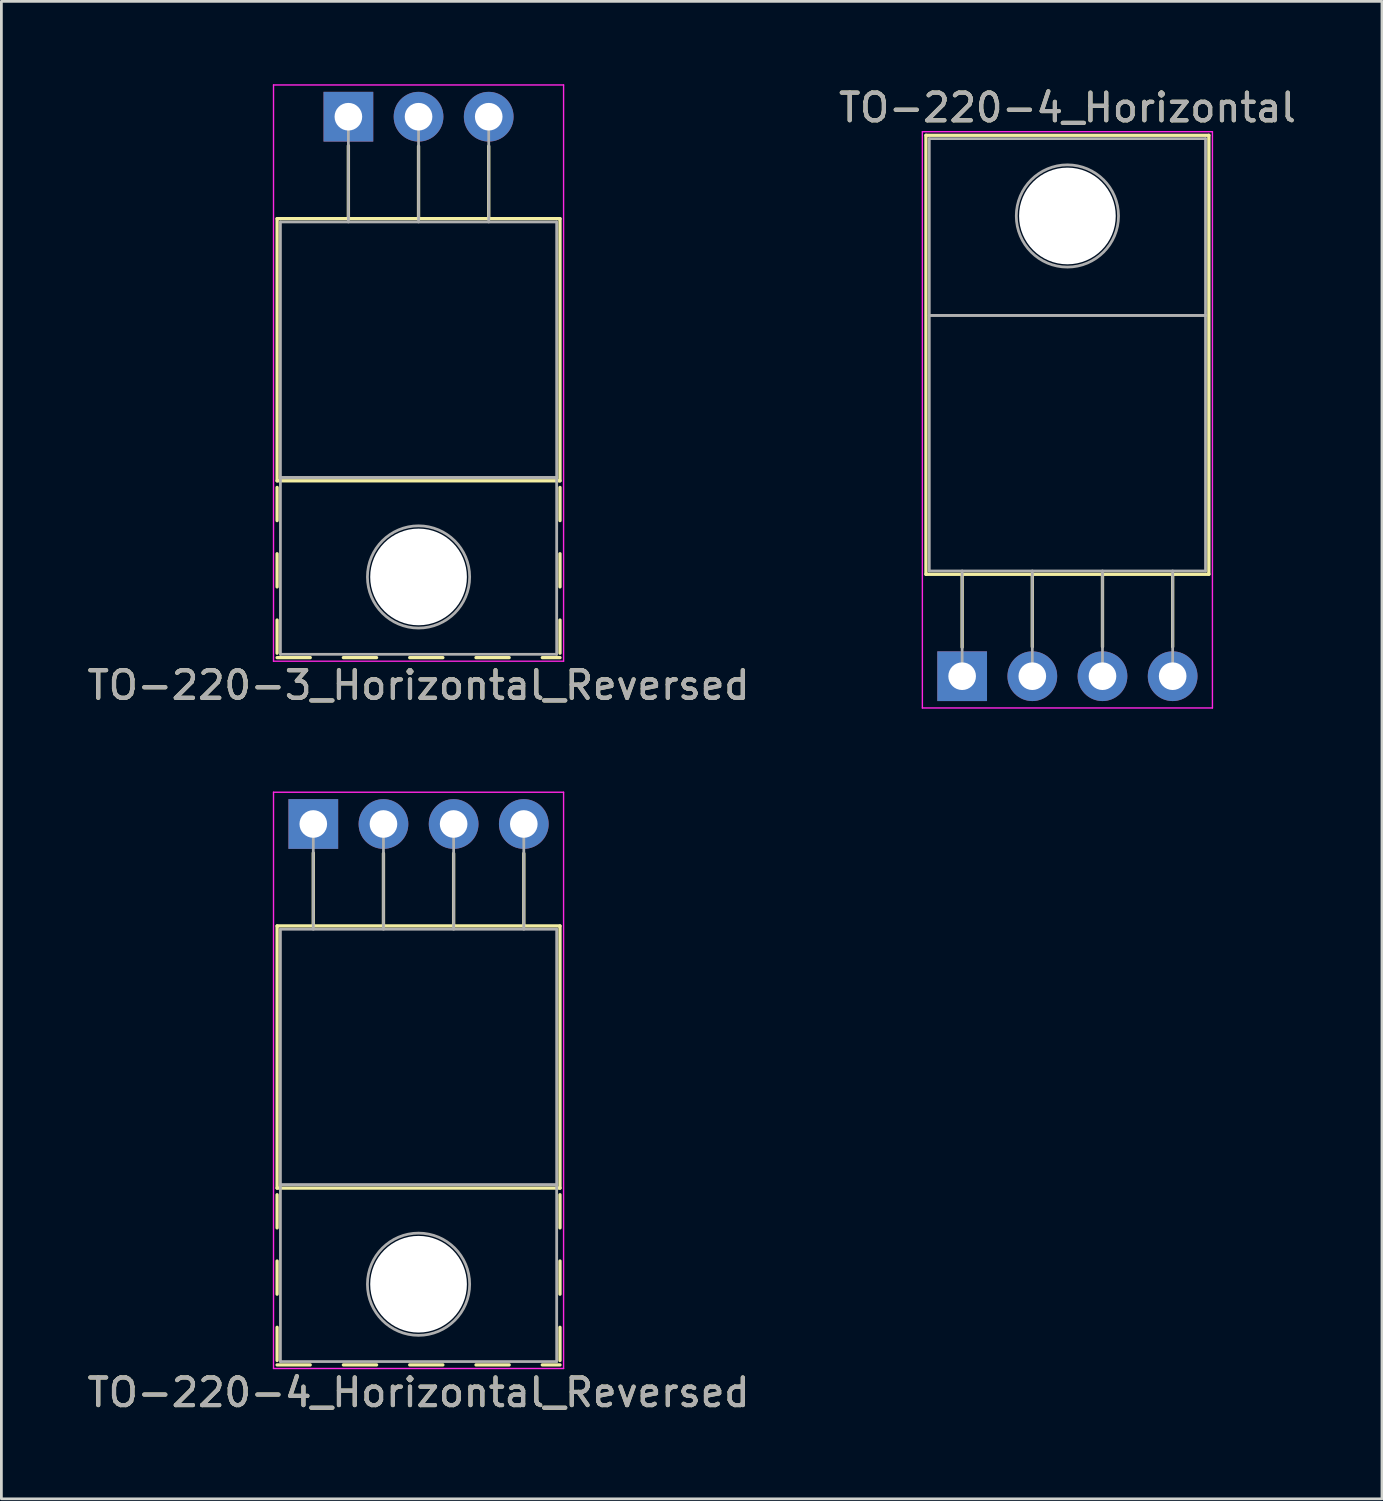
<source format=kicad_pcb>
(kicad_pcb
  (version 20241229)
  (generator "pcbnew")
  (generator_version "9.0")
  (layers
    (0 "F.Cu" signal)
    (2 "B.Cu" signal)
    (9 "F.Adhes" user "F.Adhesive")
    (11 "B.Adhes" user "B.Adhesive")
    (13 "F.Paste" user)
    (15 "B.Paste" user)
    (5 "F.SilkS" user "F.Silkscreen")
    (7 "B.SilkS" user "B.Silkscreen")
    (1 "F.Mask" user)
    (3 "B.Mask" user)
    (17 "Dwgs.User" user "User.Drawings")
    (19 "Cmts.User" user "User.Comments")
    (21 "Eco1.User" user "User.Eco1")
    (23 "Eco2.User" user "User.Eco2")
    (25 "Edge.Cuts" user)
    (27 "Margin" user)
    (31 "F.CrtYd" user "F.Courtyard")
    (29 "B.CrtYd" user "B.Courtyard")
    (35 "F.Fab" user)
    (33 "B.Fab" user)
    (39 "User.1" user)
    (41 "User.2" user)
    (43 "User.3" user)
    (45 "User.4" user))
  (footprint "TO-220-4_Horizontal"
    (layer "F.Cu")
    (at 31.779 21.428)
    (property "Reference" "TO-220-4_Horizontal" (at 3.81 -20.58 0) (layer "F.SilkS") (effects (font (size 1 1) (thickness 0.15))))
    (attr through_hole)
    (fp_line (start -1.31 -19.58) (end -1.31 -3.69) (stroke (width 0.12) (type solid)) (layer "F.SilkS"))
    (fp_line (start -1.31 -19.58) (end 8.93 -19.58) (stroke (width 0.12) (type solid)) (layer "F.SilkS"))
    (fp_line (start -1.31 -3.69) (end 8.93 -3.69) (stroke (width 0.12) (type solid)) (layer "F.SilkS"))
    (fp_line (start 0 -3.69) (end 0 -1.05) (stroke (width 0.12) (type solid)) (layer "F.SilkS"))
    (fp_line (start 2.54 -3.69) (end 2.54 -1.066) (stroke (width 0.12) (type solid)) (layer "F.SilkS"))
    (fp_line (start 5.08 -3.69) (end 5.08 -1.066) (stroke (width 0.12) (type solid)) (layer "F.SilkS"))
    (fp_line (start 7.62 -3.69) (end 7.62 -1.066) (stroke (width 0.12) (type solid)) (layer "F.SilkS"))
    (fp_line (start 8.93 -19.58) (end 8.93 -3.69) (stroke (width 0.12) (type solid)) (layer "F.SilkS"))
    (fp_line (start -1.44 -19.71) (end -1.44 1.15) (stroke (width 0.05) (type solid)) (layer "F.CrtYd"))
    (fp_line (start -1.44 1.15) (end 9.06 1.15) (stroke (width 0.05) (type solid)) (layer "F.CrtYd"))
    (fp_line (start 9.06 -19.71) (end -1.44 -19.71) (stroke (width 0.05) (type solid)) (layer "F.CrtYd"))
    (fp_line (start 9.06 1.15) (end 9.06 -19.71) (stroke (width 0.05) (type solid)) (layer "F.CrtYd"))
    (fp_line (start -1.19 -19.46) (end 8.81 -19.46) (stroke (width 0.1) (type solid)) (layer "F.Fab"))
    (fp_line (start -1.19 -13.06) (end -1.19 -19.46) (stroke (width 0.1) (type solid)) (layer "F.Fab"))
    (fp_line (start -1.19 -13.06) (end 8.81 -13.06) (stroke (width 0.1) (type solid)) (layer "F.Fab"))
    (fp_line (start -1.19 -3.81) (end -1.19 -13.06) (stroke (width 0.1) (type solid)) (layer "F.Fab"))
    (fp_line (start 0 -3.81) (end 0 0) (stroke (width 0.1) (type solid)) (layer "F.Fab"))
    (fp_line (start 2.54 -3.81) (end 2.54 0) (stroke (width 0.1) (type solid)) (layer "F.Fab"))
    (fp_line (start 5.08 -3.81) (end 5.08 0) (stroke (width 0.1) (type solid)) (layer "F.Fab"))
    (fp_line (start 7.62 -3.81) (end 7.62 0) (stroke (width 0.1) (type solid)) (layer "F.Fab"))
    (fp_line (start 8.81 -19.46) (end 8.81 -13.06) (stroke (width 0.1) (type solid)) (layer "F.Fab"))
    (fp_line (start 8.81 -13.06) (end -1.19 -13.06) (stroke (width 0.1) (type solid)) (layer "F.Fab"))
    (fp_line (start 8.81 -13.06) (end 8.81 -3.81) (stroke (width 0.1) (type solid)) (layer "F.Fab"))
    (fp_line (start 8.81 -3.81) (end -1.19 -3.81) (stroke (width 0.1) (type solid)) (layer "F.Fab"))
    (fp_circle (center 3.81 -16.66) (end 5.66 -16.66) (stroke (width 0.1) (type solid)) (fill no) (layer "F.Fab"))
    (fp_text user "${REFERENCE}" (at 3.81 -20.58 0) (layer "F.Fab") (effects (font (size 1 1) (thickness 0.15))))
    (pad "" np_thru_hole oval (at 3.81 -16.66) (size 3.5 3.5) (drill 3.5) (layers "*.Cu" "*.Mask"))
    (pad "1" thru_hole rect (at 0 0) (size 1.8 1.8) (drill 1) (layers "*.Cu" "*.Mask"))
    (pad "2" thru_hole oval (at 2.54 0) (size 1.8 1.8) (drill 1) (layers "*.Cu" "*.Mask"))
    (pad "3" thru_hole oval (at 5.08 0) (size 1.8 1.8) (drill 1) (layers "*.Cu" "*.Mask"))
    (pad "4" thru_hole oval (at 7.62 0) (size 1.8 1.8) (drill 1) (layers "*.Cu" "*.Mask")))
  (footprint "TO-220-4_Horizontal_Reversed"
    (layer "F.Cu")
    (at 8.291 26.778)
    (property "Reference" "TO-220-4_Horizontal_Reversed" (at 3.81 20.58 0) (layer "F.SilkS") (effects (font (size 1 1) (thickness 0.15))))
    (attr through_hole)
    (fp_line (start -1.31 3.69) (end -1.31 13.18) (stroke (width 0.12) (type solid)) (layer "F.SilkS"))
    (fp_line (start -1.31 3.69) (end 8.93 3.69) (stroke (width 0.12) (type solid)) (layer "F.SilkS"))
    (fp_line (start -1.31 13.18) (end 8.93 13.18) (stroke (width 0.12) (type solid)) (layer "F.SilkS"))
    (fp_line (start -1.31 13.42) (end -1.31 14.62) (stroke (width 0.12) (type solid)) (layer "F.SilkS"))
    (fp_line (start -1.31 15.82) (end -1.31 17.02) (stroke (width 0.12) (type solid)) (layer "F.SilkS"))
    (fp_line (start -1.31 18.22) (end -1.31 19.42) (stroke (width 0.12) (type solid)) (layer "F.SilkS"))
    (fp_line (start -1.31 19.58) (end -0.111 19.58) (stroke (width 0.12) (type solid)) (layer "F.SilkS"))
    (fp_line (start 0 1.05) (end 0 3.69) (stroke (width 0.12) (type solid)) (layer "F.SilkS"))
    (fp_line (start 1.09 19.58) (end 2.29 19.58) (stroke (width 0.12) (type solid)) (layer "F.SilkS"))
    (fp_line (start 2.54 1.066) (end 2.54 3.69) (stroke (width 0.12) (type solid)) (layer "F.SilkS"))
    (fp_line (start 3.49 19.58) (end 4.69 19.58) (stroke (width 0.12) (type solid)) (layer "F.SilkS"))
    (fp_line (start 5.08 1.066) (end 5.08 3.69) (stroke (width 0.12) (type solid)) (layer "F.SilkS"))
    (fp_line (start 5.89 19.58) (end 7.091 19.58) (stroke (width 0.12) (type solid)) (layer "F.SilkS"))
    (fp_line (start 7.62 1.066) (end 7.62 3.69) (stroke (width 0.12) (type solid)) (layer "F.SilkS"))
    (fp_line (start 8.29 19.58) (end 8.93 19.58) (stroke (width 0.12) (type solid)) (layer "F.SilkS"))
    (fp_line (start 8.93 3.69) (end 8.93 13.18) (stroke (width 0.12) (type solid)) (layer "F.SilkS"))
    (fp_line (start 8.93 13.42) (end 8.93 14.62) (stroke (width 0.12) (type solid)) (layer "F.SilkS"))
    (fp_line (start 8.93 15.82) (end 8.93 17.02) (stroke (width 0.12) (type solid)) (layer "F.SilkS"))
    (fp_line (start 8.93 18.22) (end 8.93 19.42) (stroke (width 0.12) (type solid)) (layer "F.SilkS"))
    (fp_line (start -1.44 -1.15) (end -1.44 19.71) (stroke (width 0.05) (type solid)) (layer "F.CrtYd"))
    (fp_line (start -1.44 19.71) (end 9.06 19.71) (stroke (width 0.05) (type solid)) (layer "F.CrtYd"))
    (fp_line (start 9.06 -1.15) (end -1.44 -1.15) (stroke (width 0.05) (type solid)) (layer "F.CrtYd"))
    (fp_line (start 9.06 19.71) (end 9.06 -1.15) (stroke (width 0.05) (type solid)) (layer "F.CrtYd"))
    (fp_line (start -1.19 3.81) (end -1.19 13.06) (stroke (width 0.1) (type solid)) (layer "F.Fab"))
    (fp_line (start -1.19 13.06) (end -1.19 19.46) (stroke (width 0.1) (type solid)) (layer "F.Fab"))
    (fp_line (start -1.19 13.06) (end 8.81 13.06) (stroke (width 0.1) (type solid)) (layer "F.Fab"))
    (fp_line (start -1.19 19.46) (end 8.81 19.46) (stroke (width 0.1) (type solid)) (layer "F.Fab"))
    (fp_line (start 0 3.81) (end 0 0) (stroke (width 0.1) (type solid)) (layer "F.Fab"))
    (fp_line (start 2.54 3.81) (end 2.54 0) (stroke (width 0.1) (type solid)) (layer "F.Fab"))
    (fp_line (start 5.08 3.81) (end 5.08 0) (stroke (width 0.1) (type solid)) (layer "F.Fab"))
    (fp_line (start 7.62 3.81) (end 7.62 0) (stroke (width 0.1) (type solid)) (layer "F.Fab"))
    (fp_line (start 8.81 3.81) (end -1.19 3.81) (stroke (width 0.1) (type solid)) (layer "F.Fab"))
    (fp_line (start 8.81 13.06) (end -1.19 13.06) (stroke (width 0.1) (type solid)) (layer "F.Fab"))
    (fp_line (start 8.81 13.06) (end 8.81 3.81) (stroke (width 0.1) (type solid)) (layer "F.Fab"))
    (fp_line (start 8.81 19.46) (end 8.81 13.06) (stroke (width 0.1) (type solid)) (layer "F.Fab"))
    (fp_circle (center 3.81 16.66) (end 5.66 16.66) (stroke (width 0.1) (type solid)) (fill no) (layer "F.Fab"))
    (fp_text user "${REFERENCE}" (at 3.81 20.58 0) (layer "F.Fab") (effects (font (size 1 1) (thickness 0.15))))
    (pad "" np_thru_hole oval (at 3.81 16.66) (size 3.5 3.5) (drill 3.5) (layers "*.Cu" "*.Mask"))
    (pad "1" thru_hole rect (at 0 0) (size 1.8 1.8) (drill 1) (layers "*.Cu" "*.Mask"))
    (pad "2" thru_hole oval (at 2.54 0) (size 1.8 1.8) (drill 1) (layers "*.Cu" "*.Mask"))
    (pad "3" thru_hole oval (at 5.08 0) (size 1.8 1.8) (drill 1) (layers "*.Cu" "*.Mask"))
    (pad "4" thru_hole oval (at 7.62 0) (size 1.8 1.8) (drill 1) (layers "*.Cu" "*.Mask")))
  (footprint "TO-220-3_Horizontal_Reversed"
    (layer "F.Cu")
    (at 9.561 1.175)
    (property "Reference" "TO-220-3_Horizontal_Reversed" (at 2.54 20.58 0) (layer "F.SilkS") (effects (font (size 1 1) (thickness 0.15))))
    (attr through_hole)
    (fp_line (start -2.58 3.69) (end -2.58 13.18) (stroke (width 0.12) (type solid)) (layer "F.SilkS"))
    (fp_line (start -2.58 3.69) (end 7.66 3.69) (stroke (width 0.12) (type solid)) (layer "F.SilkS"))
    (fp_line (start -2.58 13.18) (end 7.66 13.18) (stroke (width 0.12) (type solid)) (layer "F.SilkS"))
    (fp_line (start -2.58 13.42) (end -2.58 14.62) (stroke (width 0.12) (type solid)) (layer "F.SilkS"))
    (fp_line (start -2.58 15.82) (end -2.58 17.02) (stroke (width 0.12) (type solid)) (layer "F.SilkS"))
    (fp_line (start -2.58 18.22) (end -2.58 19.42) (stroke (width 0.12) (type solid)) (layer "F.SilkS"))
    (fp_line (start -2.58 19.58) (end -1.38 19.58) (stroke (width 0.12) (type solid)) (layer "F.SilkS"))
    (fp_line (start -0.181 19.58) (end 1.02 19.58) (stroke (width 0.12) (type solid)) (layer "F.SilkS"))
    (fp_line (start 0 1.05) (end 0 3.69) (stroke (width 0.12) (type solid)) (layer "F.SilkS"))
    (fp_line (start 2.22 19.58) (end 3.42 19.58) (stroke (width 0.12) (type solid)) (layer "F.SilkS"))
    (fp_line (start 2.54 1.066) (end 2.54 3.69) (stroke (width 0.12) (type solid)) (layer "F.SilkS"))
    (fp_line (start 4.62 19.58) (end 5.82 19.58) (stroke (width 0.12) (type solid)) (layer "F.SilkS"))
    (fp_line (start 5.08 1.066) (end 5.08 3.69) (stroke (width 0.12) (type solid)) (layer "F.SilkS"))
    (fp_line (start 7.02 19.58) (end 7.66 19.58) (stroke (width 0.12) (type solid)) (layer "F.SilkS"))
    (fp_line (start 7.66 3.69) (end 7.66 13.18) (stroke (width 0.12) (type solid)) (layer "F.SilkS"))
    (fp_line (start 7.66 13.42) (end 7.66 14.62) (stroke (width 0.12) (type solid)) (layer "F.SilkS"))
    (fp_line (start 7.66 15.82) (end 7.66 17.02) (stroke (width 0.12) (type solid)) (layer "F.SilkS"))
    (fp_line (start 7.66 18.22) (end 7.66 19.42) (stroke (width 0.12) (type solid)) (layer "F.SilkS"))
    (fp_line (start -2.71 -1.15) (end -2.71 19.71) (stroke (width 0.05) (type solid)) (layer "F.CrtYd"))
    (fp_line (start -2.71 19.71) (end 7.79 19.71) (stroke (width 0.05) (type solid)) (layer "F.CrtYd"))
    (fp_line (start 7.79 -1.15) (end -2.71 -1.15) (stroke (width 0.05) (type solid)) (layer "F.CrtYd"))
    (fp_line (start 7.79 19.71) (end 7.79 -1.15) (stroke (width 0.05) (type solid)) (layer "F.CrtYd"))
    (fp_line (start -2.46 3.81) (end -2.46 13.06) (stroke (width 0.1) (type solid)) (layer "F.Fab"))
    (fp_line (start -2.46 13.06) (end -2.46 19.46) (stroke (width 0.1) (type solid)) (layer "F.Fab"))
    (fp_line (start -2.46 13.06) (end 7.54 13.06) (stroke (width 0.1) (type solid)) (layer "F.Fab"))
    (fp_line (start -2.46 19.46) (end 7.54 19.46) (stroke (width 0.1) (type solid)) (layer "F.Fab"))
    (fp_line (start 0 3.81) (end 0 0) (stroke (width 0.1) (type solid)) (layer "F.Fab"))
    (fp_line (start 2.54 3.81) (end 2.54 0) (stroke (width 0.1) (type solid)) (layer "F.Fab"))
    (fp_line (start 5.08 3.81) (end 5.08 0) (stroke (width 0.1) (type solid)) (layer "F.Fab"))
    (fp_line (start 7.54 3.81) (end -2.46 3.81) (stroke (width 0.1) (type solid)) (layer "F.Fab"))
    (fp_line (start 7.54 13.06) (end -2.46 13.06) (stroke (width 0.1) (type solid)) (layer "F.Fab"))
    (fp_line (start 7.54 13.06) (end 7.54 3.81) (stroke (width 0.1) (type solid)) (layer "F.Fab"))
    (fp_line (start 7.54 19.46) (end 7.54 13.06) (stroke (width 0.1) (type solid)) (layer "F.Fab"))
    (fp_circle (center 2.54 16.66) (end 4.39 16.66) (stroke (width 0.1) (type solid)) (fill no) (layer "F.Fab"))
    (fp_text user "${REFERENCE}" (at 2.54 20.58 0) (layer "F.Fab") (effects (font (size 1 1) (thickness 0.15))))
    (pad "" np_thru_hole oval (at 2.54 16.66) (size 3.5 3.5) (drill 3.5) (layers "*.Cu" "*.Mask"))
    (pad "1" thru_hole rect (at 0 0) (size 1.8 1.8) (drill 1) (layers "*.Cu" "*.Mask"))
    (pad "2" thru_hole oval (at 2.54 0) (size 1.8 1.8) (drill 1) (layers "*.Cu" "*.Mask"))
    (pad "3" thru_hole oval (at 5.08 0) (size 1.8 1.8) (drill 1) (layers "*.Cu" "*.Mask")))
  (gr_rect
    (start -3 -3)
    (end 46.976 51.206)
    (stroke (width 0.1) (type default))
    (fill no)
    (layer "Edge.Cuts")))
</source>
